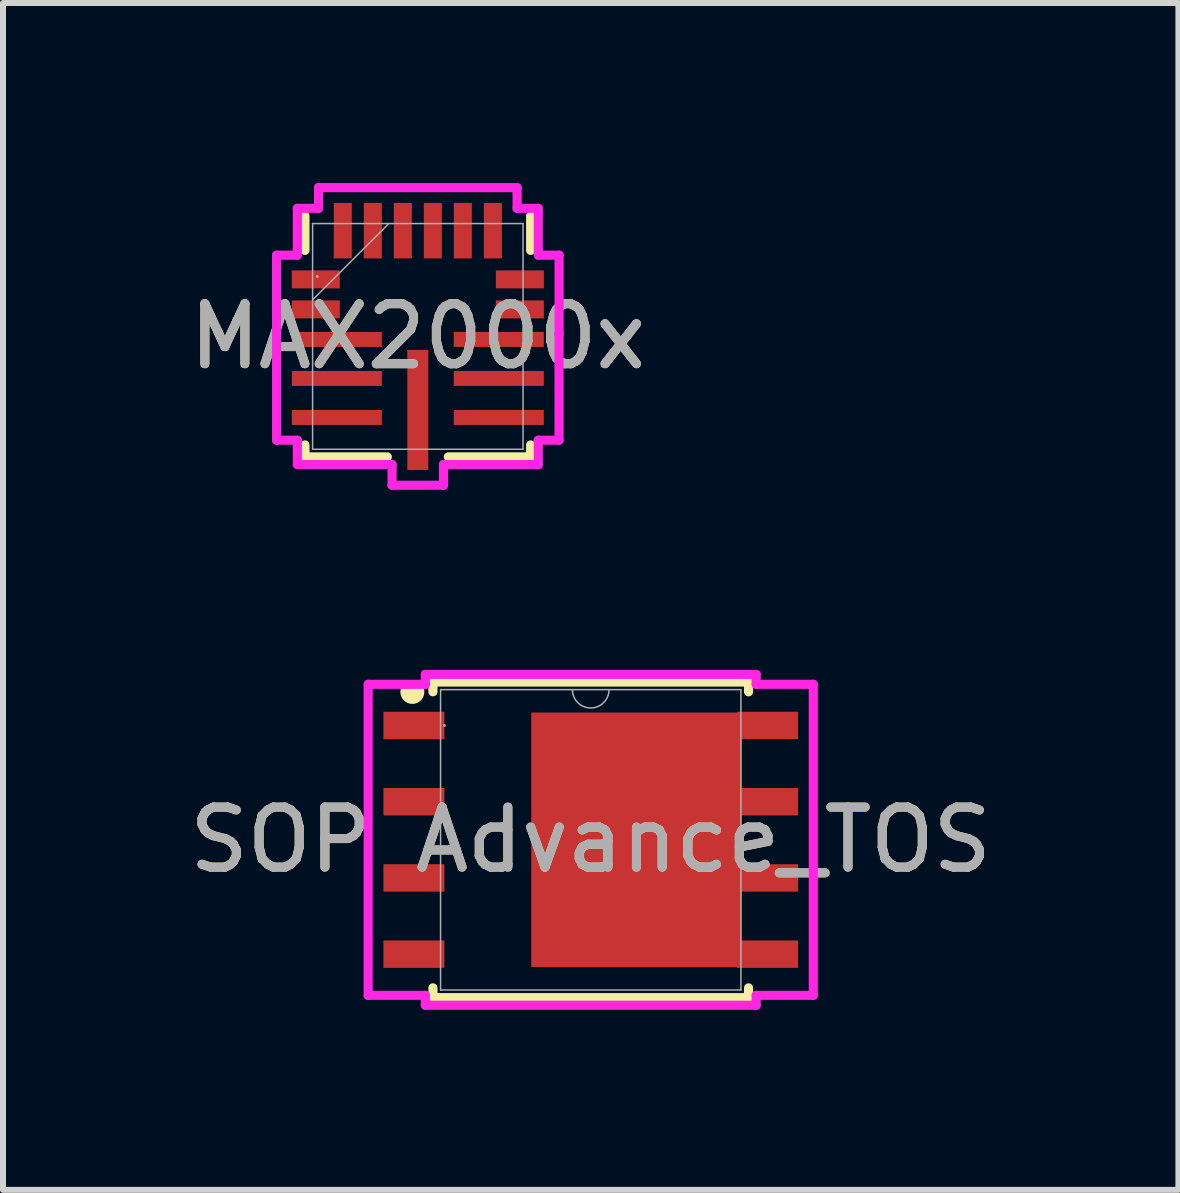
<source format=kicad_pcb>
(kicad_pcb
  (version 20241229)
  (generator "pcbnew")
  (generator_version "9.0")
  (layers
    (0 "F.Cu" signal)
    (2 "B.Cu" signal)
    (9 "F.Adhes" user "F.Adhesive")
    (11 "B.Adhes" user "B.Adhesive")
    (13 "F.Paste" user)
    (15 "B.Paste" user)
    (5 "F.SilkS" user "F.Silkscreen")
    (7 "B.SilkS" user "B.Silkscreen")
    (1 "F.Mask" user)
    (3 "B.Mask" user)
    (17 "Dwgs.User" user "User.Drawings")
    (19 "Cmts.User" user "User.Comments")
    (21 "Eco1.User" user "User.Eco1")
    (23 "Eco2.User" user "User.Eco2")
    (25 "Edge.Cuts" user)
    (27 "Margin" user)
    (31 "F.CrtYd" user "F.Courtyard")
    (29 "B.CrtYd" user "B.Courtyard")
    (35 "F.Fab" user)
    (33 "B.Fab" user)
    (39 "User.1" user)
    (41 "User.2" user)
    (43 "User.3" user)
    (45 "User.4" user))
  (footprint "MAX2000x"
    (layer "F.Cu")
    (at 3.911 2.555)
    (property "Reference" "MAX2000x" (at 0 0 0) (unlocked yes) (layer "F.SilkS") (effects (font (size 1 1) (thickness 0.15))))
    (attr smd)
    (fp_line (start -1.88 -1.433) (end -1.88 -2.007) (stroke (width 0.152) (type solid)) (layer "F.SilkS"))
    (fp_line (start -1.88 2.007) (end -1.88 1.808) (stroke (width 0.152) (type solid)) (layer "F.SilkS"))
    (fp_line (start -0.508 2.007) (end -1.88 2.007) (stroke (width 0.152) (type solid)) (layer "F.SilkS"))
    (fp_line (start 1.88 -2.007) (end 1.88 -1.433) (stroke (width 0.152) (type solid)) (layer "F.SilkS"))
    (fp_line (start 1.88 1.808) (end 1.88 2.007) (stroke (width 0.152) (type solid)) (layer "F.SilkS"))
    (fp_line (start 1.88 2.007) (end 0.508 2.007) (stroke (width 0.152) (type solid)) (layer "F.SilkS"))
    (fp_line (start -2.354 -1.354) (end -2.354 -0.329) (stroke (width 0.152) (type solid)) (layer "F.CrtYd"))
    (fp_line (start -2.354 -0.329) (end -2.353 -0.329) (stroke (width 0.152) (type solid)) (layer "F.CrtYd"))
    (fp_line (start -2.353 -0.329) (end -2.353 1.729) (stroke (width 0.152) (type solid)) (layer "F.CrtYd"))
    (fp_line (start -2.353 1.729) (end -2.007 1.729) (stroke (width 0.152) (type solid)) (layer "F.CrtYd"))
    (fp_line (start -2.007 -2.134) (end -2.007 -1.354) (stroke (width 0.152) (type solid)) (layer "F.CrtYd"))
    (fp_line (start -2.007 -1.354) (end -2.354 -1.354) (stroke (width 0.152) (type solid)) (layer "F.CrtYd"))
    (fp_line (start -2.007 1.729) (end -2.007 2.134) (stroke (width 0.152) (type solid)) (layer "F.CrtYd"))
    (fp_line (start -2.007 2.134) (end -0.429 2.134) (stroke (width 0.152) (type solid)) (layer "F.CrtYd"))
    (fp_line (start -1.654 -2.479) (end -1.654 -2.134) (stroke (width 0.152) (type solid)) (layer "F.CrtYd"))
    (fp_line (start -1.654 -2.134) (end -2.007 -2.134) (stroke (width 0.152) (type solid)) (layer "F.CrtYd"))
    (fp_line (start -0.429 2.134) (end -0.429 2.479) (stroke (width 0.152) (type solid)) (layer "F.CrtYd"))
    (fp_line (start -0.429 2.479) (end 0.429 2.479) (stroke (width 0.152) (type solid)) (layer "F.CrtYd"))
    (fp_line (start 0.429 2.134) (end 2.007 2.134) (stroke (width 0.152) (type solid)) (layer "F.CrtYd"))
    (fp_line (start 0.429 2.479) (end 0.429 2.134) (stroke (width 0.152) (type solid)) (layer "F.CrtYd"))
    (fp_line (start 1.654 -2.479) (end -1.654 -2.479) (stroke (width 0.152) (type solid)) (layer "F.CrtYd"))
    (fp_line (start 1.654 -2.134) (end 1.654 -2.479) (stroke (width 0.152) (type solid)) (layer "F.CrtYd"))
    (fp_line (start 2.007 -2.134) (end 1.654 -2.134) (stroke (width 0.152) (type solid)) (layer "F.CrtYd"))
    (fp_line (start 2.007 -1.354) (end 2.007 -2.134) (stroke (width 0.152) (type solid)) (layer "F.CrtYd"))
    (fp_line (start 2.007 1.729) (end 2.353 1.729) (stroke (width 0.152) (type solid)) (layer "F.CrtYd"))
    (fp_line (start 2.007 2.134) (end 2.007 1.729) (stroke (width 0.152) (type solid)) (layer "F.CrtYd"))
    (fp_line (start 2.353 -0.046) (end 2.354 -0.046) (stroke (width 0.152) (type solid)) (layer "F.CrtYd"))
    (fp_line (start 2.353 1.729) (end 2.353 -0.046) (stroke (width 0.152) (type solid)) (layer "F.CrtYd"))
    (fp_line (start 2.354 -1.354) (end 2.007 -1.354) (stroke (width 0.152) (type solid)) (layer "F.CrtYd"))
    (fp_line (start 2.354 -0.046) (end 2.354 -1.354) (stroke (width 0.152) (type solid)) (layer "F.CrtYd"))
    (fp_line (start -1.753 -1.88) (end -1.753 1.88) (stroke (width 0.025) (type solid)) (layer "F.Fab"))
    (fp_line (start -1.753 -0.61) (end -0.483 -1.88) (stroke (width 0.025) (type solid)) (layer "F.Fab"))
    (fp_line (start -1.753 1.88) (end 1.753 1.88) (stroke (width 0.025) (type solid)) (layer "F.Fab"))
    (fp_line (start 1.753 -1.88) (end -1.753 -1.88) (stroke (width 0.025) (type solid)) (layer "F.Fab"))
    (fp_line (start 1.753 1.88) (end 1.753 -1.88) (stroke (width 0.025) (type solid)) (layer "F.Fab"))
    (fp_circle (center -1.676 -1) (end -1.676 -1) (stroke (width 0.025) (type solid)) (fill no) (layer "F.Fab"))
    (fp_text user "${REFERENCE}" (at 0 0 0) (unlocked yes) (layer "F.Fab") (effects (font (size 1 1) (thickness 0.15))))
    (pad "1" smd rect (at -1.7 -0.95) (size 0.8 0.3) (layers "F.Cu" "F.Mask" "F.Paste"))
    (pad "2" smd rect (at -1.7 -0.45) (size 0.8 0.3) (layers "F.Cu" "F.Mask" "F.Paste"))
    (pad "3" smd rect (at -1.349 0.05) (size 1.5 0.25) (layers "F.Cu" "F.Mask" "F.Paste"))
    (pad "4" smd rect (at -1.349 0.7) (size 1.5 0.25) (layers "F.Cu" "F.Mask" "F.Paste"))
    (pad "5" smd rect (at -1.349 1.35) (size 1.5 0.25) (layers "F.Cu" "F.Mask" "F.Paste"))
    (pad "6" smd rect (at 0 1.225) (size 0.35 2) (layers "F.Cu" "F.Mask" "F.Paste"))
    (pad "7" smd rect (at 1.349 1.35) (size 1.5 0.25) (layers "F.Cu" "F.Mask" "F.Paste"))
    (pad "8" smd rect (at 1.349 0.7) (size 1.5 0.25) (layers "F.Cu" "F.Mask" "F.Paste"))
    (pad "9" smd rect (at 1.349 0.05) (size 1.5 0.25) (layers "F.Cu" "F.Mask" "F.Paste"))
    (pad "10" smd rect (at 1.7 -0.45) (size 0.8 0.3) (layers "F.Cu" "F.Mask" "F.Paste"))
    (pad "11" smd rect (at 1.7 -0.95) (size 0.8 0.3) (layers "F.Cu" "F.Mask" "F.Paste"))
    (pad "12" smd rect (at 1.25 -1.762 90) (size 0.925 0.3) (layers "F.Cu" "F.Mask" "F.Paste"))
    (pad "13" smd rect (at 0.75 -1.762 90) (size 0.925 0.3) (layers "F.Cu" "F.Mask" "F.Paste"))
    (pad "14" smd rect (at 0.25 -1.762 90) (size 0.925 0.3) (layers "F.Cu" "F.Mask" "F.Paste"))
    (pad "15" smd rect (at -0.25 -1.762 90) (size 0.925 0.3) (layers "F.Cu" "F.Mask" "F.Paste"))
    (pad "16" smd rect (at -0.75 -1.762 90) (size 0.925 0.3) (layers "F.Cu" "F.Mask" "F.Paste"))
    (pad "17" smd rect (at -1.25 -1.762 90) (size 0.925 0.3) (layers "F.Cu" "F.Mask" "F.Paste")))
  (footprint "SOP Advance_TOS"
    (layer "F.Cu")
    (at 6.792 10.942)
    (property "Reference" "SOP Advance_TOS" (at 0 0 0) (unlocked yes) (layer "F.SilkS") (effects (font (size 1 1) (thickness 0.15))))
    (attr smd)
    (fp_poly (pts (xy 2.515 -2.121) (xy 2.515 2.121) (xy -0.991 2.121) (xy -0.991 -2.121)) (stroke (width 0) (type solid)) (fill yes) (layer "F.Cu"))
    (fp_line (start -2.629 -2.629) (end -2.629 -2.466) (stroke (width 0.152) (type solid)) (layer "F.SilkS"))
    (fp_line (start -2.629 2.466) (end -2.629 2.629) (stroke (width 0.152) (type solid)) (layer "F.SilkS"))
    (fp_line (start -2.629 2.629) (end 2.629 2.629) (stroke (width 0.152) (type solid)) (layer "F.SilkS"))
    (fp_line (start 2.629 -2.629) (end -2.629 -2.629) (stroke (width 0.152) (type solid)) (layer "F.SilkS"))
    (fp_line (start 2.629 -2.466) (end 2.629 -2.629) (stroke (width 0.152) (type solid)) (layer "F.SilkS"))
    (fp_line (start 2.629 2.629) (end 2.629 2.466) (stroke (width 0.152) (type solid)) (layer "F.SilkS"))
    (fp_circle (center -2.972 -2.464) (end -2.822 -2.464) (stroke (width 0.1) (type solid)) (fill yes) (layer "F.SilkS"))
    (fp_poly (pts (xy -0.941 -1.856) (xy -0.941 -0.752) (xy 0.662 -0.752) (xy 0.662 -1.856)) (stroke (width 0) (type solid)) (fill yes) (layer "F.Paste"))
    (fp_poly (pts (xy -0.941 -0.552) (xy -0.941 0.552) (xy 0.662 0.552) (xy 0.662 -0.552)) (stroke (width 0) (type solid)) (fill yes) (layer "F.Paste"))
    (fp_poly (pts (xy -0.941 0.752) (xy -0.941 1.856) (xy 0.662 1.856) (xy 0.662 0.752)) (stroke (width 0) (type solid)) (fill yes) (layer "F.Paste"))
    (fp_poly (pts (xy 0.862 -1.856) (xy 0.862 -0.752) (xy 2.465 -0.752) (xy 2.465 -1.856)) (stroke (width 0) (type solid)) (fill yes) (layer "F.Paste"))
    (fp_poly (pts (xy 0.862 -0.552) (xy 0.862 0.552) (xy 2.465 0.552) (xy 2.465 -0.552)) (stroke (width 0) (type solid)) (fill yes) (layer "F.Paste"))
    (fp_poly (pts (xy 0.862 0.752) (xy 0.862 1.856) (xy 2.465 1.856) (xy 2.465 0.752)) (stroke (width 0) (type solid)) (fill yes) (layer "F.Paste"))
    (fp_line (start -3.708 -2.591) (end -2.756 -2.591) (stroke (width 0.152) (type solid)) (layer "F.CrtYd"))
    (fp_line (start -3.708 2.591) (end -3.708 -2.591) (stroke (width 0.152) (type solid)) (layer "F.CrtYd"))
    (fp_line (start -3.708 2.591) (end -2.756 2.591) (stroke (width 0.152) (type solid)) (layer "F.CrtYd"))
    (fp_line (start -2.756 -2.756) (end 2.756 -2.756) (stroke (width 0.152) (type solid)) (layer "F.CrtYd"))
    (fp_line (start -2.756 -2.591) (end -2.756 -2.756) (stroke (width 0.152) (type solid)) (layer "F.CrtYd"))
    (fp_line (start -2.756 2.756) (end -2.756 2.591) (stroke (width 0.152) (type solid)) (layer "F.CrtYd"))
    (fp_line (start 2.756 -2.756) (end 2.756 -2.591) (stroke (width 0.152) (type solid)) (layer "F.CrtYd"))
    (fp_line (start 2.756 2.591) (end 2.756 2.756) (stroke (width 0.152) (type solid)) (layer "F.CrtYd"))
    (fp_line (start 2.756 2.756) (end -2.756 2.756) (stroke (width 0.152) (type solid)) (layer "F.CrtYd"))
    (fp_line (start 3.708 -2.591) (end 2.756 -2.591) (stroke (width 0.152) (type solid)) (layer "F.CrtYd"))
    (fp_line (start 3.708 -2.591) (end 3.708 2.591) (stroke (width 0.152) (type solid)) (layer "F.CrtYd"))
    (fp_line (start 3.708 2.591) (end 2.756 2.591) (stroke (width 0.152) (type solid)) (layer "F.CrtYd"))
    (fp_line (start -2.502 -2.502) (end -2.502 2.502) (stroke (width 0.025) (type solid)) (layer "F.Fab"))
    (fp_line (start -2.502 2.502) (end 2.502 2.502) (stroke (width 0.025) (type solid)) (layer "F.Fab"))
    (fp_line (start 2.502 -2.502) (end -2.502 -2.502) (stroke (width 0.025) (type solid)) (layer "F.Fab"))
    (fp_line (start 2.502 2.502) (end 2.502 -2.502) (stroke (width 0.025) (type solid)) (layer "F.Fab"))
    (fp_arc (start 0.3048 -2.5019) (mid 0 -2.1971) (end -0.3048 -2.5019) (stroke (width 0.0254) (type solid)) (layer "F.Fab"))
    (fp_circle (center -2.438 -1.905) (end -2.438 -1.905) (stroke (width 0.025) (type solid)) (fill no) (layer "F.Fab"))
    (fp_text user "${REFERENCE}" (at 0 0 0) (unlocked yes) (layer "F.Fab") (effects (font (size 1 1) (thickness 0.15))))
    (pad "1" smd rect (at -2.946 -1.905) (size 1.016 0.457) (layers "F.Cu" "F.Mask" "F.Paste"))
    (pad "2" smd rect (at -2.946 -0.635) (size 1.016 0.457) (layers "F.Cu" "F.Mask" "F.Paste"))
    (pad "3" smd rect (at -2.946 0.635) (size 1.016 0.457) (layers "F.Cu" "F.Mask" "F.Paste"))
    (pad "4" smd rect (at -2.946 1.905) (size 1.016 0.457) (layers "F.Cu" "F.Mask" "F.Paste"))
    (pad "5" smd rect (at 2.946 1.905) (size 1.016 0.457) (layers "F.Cu" "F.Mask" "F.Paste"))
    (pad "6" smd rect (at 2.946 0.635) (size 1.016 0.457) (layers "F.Cu" "F.Mask" "F.Paste"))
    (pad "7" smd rect (at 2.946 -0.635) (size 1.016 0.457) (layers "F.Cu" "F.Mask" "F.Paste"))
    (pad "8" smd rect (at 2.946 -1.905) (size 1.016 0.457) (layers "F.Cu" "F.Mask" "F.Paste")))
  (gr_rect
    (start -3 -3)
    (end 16.583 16.774)
    (stroke (width 0.1) (type default))
    (fill no)
    (layer "Edge.Cuts")))
</source>
